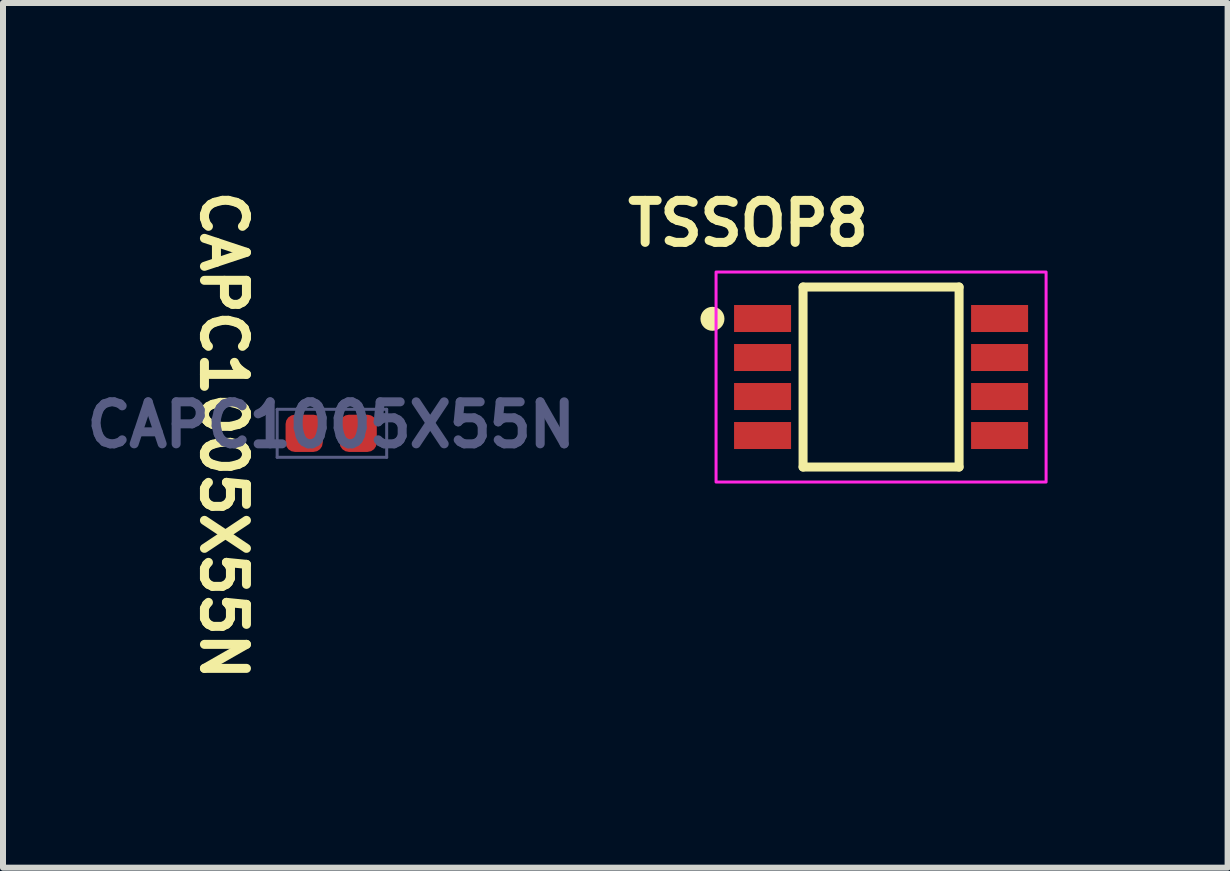
<source format=kicad_pcb>
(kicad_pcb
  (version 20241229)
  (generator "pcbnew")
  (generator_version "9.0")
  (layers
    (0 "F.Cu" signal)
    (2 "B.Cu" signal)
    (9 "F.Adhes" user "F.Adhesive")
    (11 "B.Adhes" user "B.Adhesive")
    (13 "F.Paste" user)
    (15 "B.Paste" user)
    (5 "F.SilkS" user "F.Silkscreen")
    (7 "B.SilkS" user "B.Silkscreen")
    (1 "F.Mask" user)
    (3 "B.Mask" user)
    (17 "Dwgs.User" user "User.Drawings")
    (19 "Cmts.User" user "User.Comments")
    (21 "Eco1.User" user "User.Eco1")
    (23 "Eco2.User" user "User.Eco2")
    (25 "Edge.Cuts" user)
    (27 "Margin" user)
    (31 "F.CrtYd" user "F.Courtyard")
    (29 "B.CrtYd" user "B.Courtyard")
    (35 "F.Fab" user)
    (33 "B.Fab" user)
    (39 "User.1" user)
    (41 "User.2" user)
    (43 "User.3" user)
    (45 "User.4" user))
  (footprint "CAPC1005X55N"
    (layer "F.Cu")
    (at 2.469 4.171)
    (property "Reference" "CAPC1005X55N" (at -1.796 0.034 270) (unlocked yes) (layer "F.SilkS") (effects (font (size 0.7 0.7) (thickness 0.15))))
    (fp_line (start -0.9 -0.4) (end -0.9 0.4) (stroke (width 0.05) (type solid)) (layer "B.Fab"))
    (fp_line (start -0.9 -0.4) (end 0.925 -0.4) (stroke (width 0.05) (type solid)) (layer "B.Fab"))
    (fp_line (start -0.9 0.4) (end 0.925 0.4) (stroke (width 0.05) (type solid)) (layer "B.Fab"))
    (fp_line (start 0.925 -0.4) (end 0.925 0.4) (stroke (width 0.05) (type solid)) (layer "B.Fab"))
    (fp_line (start -0.5 -0.25) (end -0.5 0.25) (stroke (width 0.05) (type solid)) (layer "User.7"))
    (fp_line (start -0.5 -0.25) (end 0.5 -0.25) (stroke (width 0.05) (type solid)) (layer "User.7"))
    (fp_line (start -0.5 0.25) (end 0.5 0.25) (stroke (width 0.05) (type solid)) (layer "User.7"))
    (fp_line (start 0.5 -0.25) (end 0.5 0.25) (stroke (width 0.05) (type solid)) (layer "User.7"))
    (fp_line (start -0.95 -0.45) (end -0.95 0.45) (stroke (width 0.05) (type solid)) (layer "User.13"))
    (fp_line (start -0.95 -0.45) (end 0.975 -0.45) (stroke (width 0.05) (type solid)) (layer "User.13"))
    (fp_line (start -0.95 0.45) (end 0.975 0.45) (stroke (width 0.05) (type solid)) (layer "User.13"))
    (fp_line (start -0.25 0) (end 0.25 0) (stroke (width 0.05) (type solid)) (layer "User.13"))
    (fp_line (start 0 -0.25) (end 0 0.25) (stroke (width 0.05) (type solid)) (layer "User.13"))
    (fp_line (start 0.975 -0.45) (end 0.975 0.45) (stroke (width 0.05) (type solid)) (layer "User.13"))
    (fp_text_box "${REFERENCE}" (start -1.761 -0.5) (end 1.761 0.5) (margins 0 0 0 0) (layer "B.Fab") (effects (font (size 0.7 0.7) (thickness 0.15)) (justify top)) (border no) (stroke (width 0.1) (type default)))
    (pad "1" smd roundrect (at -0.45 0) (size 0.62 0.62) (layers "F.Cu" "F.Mask" "F.Paste") (roundrect_rratio 0.25))
    (pad "2" smd roundrect (at 0.45 0) (size 0.62 0.62) (layers "F.Cu" "F.Mask" "F.Paste") (roundrect_rratio 0.25)))
  (footprint "TSSOP8"
    (layer "F.Cu")
    (at 11.633 3.233)
    (property "Reference" "TSSOP8" (at -2.215 -2.56 0) (unlocked yes) (layer "F.SilkS") (effects (font (size 0.7 0.7) (thickness 0.15))))
    (fp_line (start -1.3 -1.5) (end 1.3 -1.5) (stroke (width 0.15) (type solid)) (layer "F.SilkS"))
    (fp_line (start -1.3 1.5) (end -1.3 -1.5) (stroke (width 0.15) (type solid)) (layer "F.SilkS"))
    (fp_line (start -1.3 1.5) (end 1.3 1.5) (stroke (width 0.15) (type solid)) (layer "F.SilkS"))
    (fp_line (start 1.3 1.5) (end 1.3 -1.5) (stroke (width 0.15) (type solid)) (layer "F.SilkS"))
    (fp_circle (center -2.81 -0.97) (end -2.81 -1.07) (stroke (width 0.2) (type solid)) (fill no) (layer "F.SilkS"))
    (fp_rect (start -2.75 -1.75) (end 2.75 1.75) (stroke (width 0.05) (type default)) (fill no) (layer "F.CrtYd"))
    (pad "1" smd rect (at -1.975 -0.975) (size 0.95 0.45) (layers "F.Cu" "F.Mask" "F.Paste"))
    (pad "2" smd rect (at -1.975 -0.325) (size 0.95 0.45) (layers "F.Cu" "F.Mask" "F.Paste"))
    (pad "3" smd rect (at -1.975 0.325) (size 0.95 0.45) (layers "F.Cu" "F.Mask" "F.Paste"))
    (pad "4" smd rect (at -1.975 0.975) (size 0.95 0.45) (layers "F.Cu" "F.Mask" "F.Paste"))
    (pad "5" smd rect (at 1.975 0.975) (size 0.95 0.45) (layers "F.Cu" "F.Mask" "F.Paste"))
    (pad "6" smd rect (at 1.975 0.325) (size 0.95 0.45) (layers "F.Cu" "F.Mask" "F.Paste"))
    (pad "7" smd rect (at 1.975 -0.325) (size 0.95 0.45) (layers "F.Cu" "F.Mask" "F.Paste"))
    (pad "8" smd rect (at 1.975 -0.975) (size 0.95 0.45) (layers "F.Cu" "F.Mask" "F.Paste")))
  (gr_rect
    (start -3 -3)
    (end 17.408 11.41)
    (stroke (width 0.1) (type default))
    (fill no)
    (layer "Edge.Cuts")))
</source>
